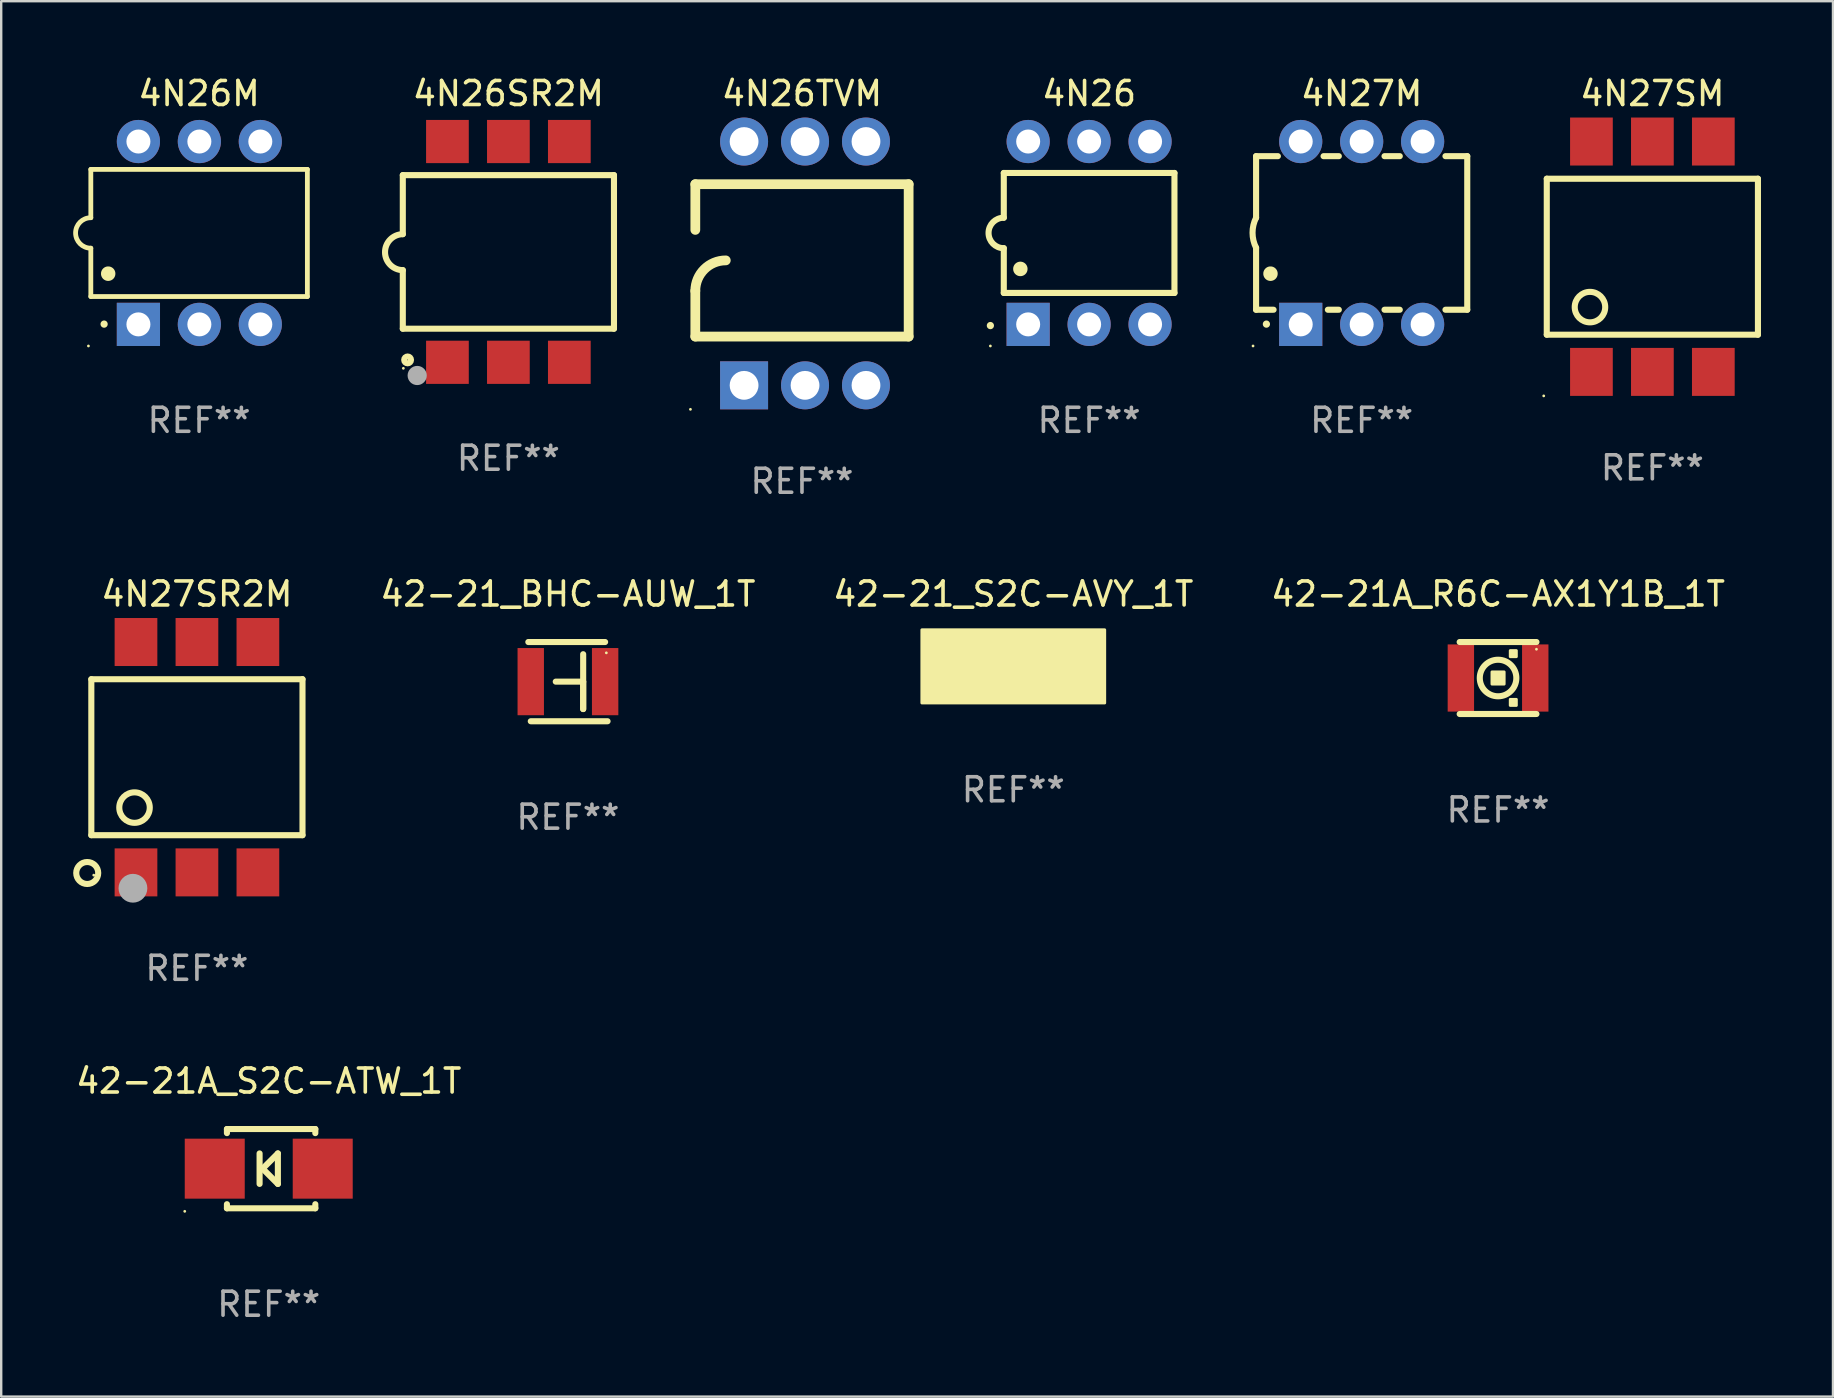
<source format=kicad_pcb>
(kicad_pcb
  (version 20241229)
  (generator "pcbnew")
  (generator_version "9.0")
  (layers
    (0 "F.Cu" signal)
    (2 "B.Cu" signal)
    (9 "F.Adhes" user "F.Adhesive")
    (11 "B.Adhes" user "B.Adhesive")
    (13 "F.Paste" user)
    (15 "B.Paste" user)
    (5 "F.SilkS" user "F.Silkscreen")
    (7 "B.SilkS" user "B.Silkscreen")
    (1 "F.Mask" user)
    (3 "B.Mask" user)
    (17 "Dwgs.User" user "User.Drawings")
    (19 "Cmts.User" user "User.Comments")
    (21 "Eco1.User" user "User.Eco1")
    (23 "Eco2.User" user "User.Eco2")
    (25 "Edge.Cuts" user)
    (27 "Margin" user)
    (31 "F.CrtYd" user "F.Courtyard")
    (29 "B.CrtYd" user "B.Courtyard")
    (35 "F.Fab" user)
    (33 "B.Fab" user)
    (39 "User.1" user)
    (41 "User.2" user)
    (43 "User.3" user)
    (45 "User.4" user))
  (footprint "4N27M"
    (layer "F.Cu")
    (at 53.695 6.658)
    (property "Reference" "4N27M" (at 0 -5.81 0) (layer "F.SilkS") (effects (font (size 1 1) (thickness 0.15))))
    (attr through_hole)
    (fp_line (start -4.4 -3.2) (end -4.4 -0.635) (stroke (width 0.254) (type solid)) (layer "F.SilkS"))
    (fp_line (start -4.4 -3.2) (end -3.492 -3.2) (stroke (width 0.254) (type solid)) (layer "F.SilkS"))
    (fp_line (start -4.4 3.2) (end -4.4 0.619) (stroke (width 0.254) (type solid)) (layer "F.SilkS"))
    (fp_line (start -3.671 3.2) (end -4.4 3.2) (stroke (width 0.254) (type solid)) (layer "F.SilkS"))
    (fp_line (start -1.588 -3.2) (end -0.952 -3.2) (stroke (width 0.254) (type solid)) (layer "F.SilkS"))
    (fp_line (start -0.952 3.2) (end -1.409 3.2) (stroke (width 0.254) (type solid)) (layer "F.SilkS"))
    (fp_line (start 0.952 -3.2) (end 1.588 -3.2) (stroke (width 0.254) (type solid)) (layer "F.SilkS"))
    (fp_line (start 1.588 3.2) (end 0.952 3.2) (stroke (width 0.254) (type solid)) (layer "F.SilkS"))
    (fp_line (start 3.492 -3.2) (end 4.4 -3.2) (stroke (width 0.254) (type solid)) (layer "F.SilkS"))
    (fp_line (start 4.4 -3.2) (end 4.4 3.2) (stroke (width 0.254) (type solid)) (layer "F.SilkS"))
    (fp_line (start 4.4 3.2) (end 3.492 3.2) (stroke (width 0.254) (type solid)) (layer "F.SilkS"))
    (fp_arc (start -4.399288 0.619762) (mid -4.547636 -0.007536) (end -4.4 -0.635001) (stroke (width 0.254001) (type solid)) (layer "F.SilkS"))
    (fp_arc (start -3.970028 3.799848) (mid -3.970033 3.798578) (end -3.970028 3.797308) (stroke (width 0.3) (type solid)) (layer "F.SilkS"))
    (fp_arc (start -3.799848 1.699263) (mid -3.799859 1.696723) (end -3.799848 1.694183) (stroke (width 0.6) (type solid)) (layer "F.SilkS"))
    (fp_circle (center -4.527 4.71) (end -4.497 4.71) (stroke (width 0.06) (type solid)) (fill no) (layer "F.SilkS"))
    (fp_text user "REF**" (at 0 7.81 0) (layer "F.Fab") (effects (font (size 1 1) (thickness 0.15))))
    (pad "1" thru_hole rect (at -2.54 3.81 180) (size 1.8 1.8) (drill 1) (layers "*.Cu" "*.Mask"))
    (pad "2" thru_hole circle (at 0 3.81) (size 1.8 1.8) (drill 1) (layers "*.Cu" "*.Mask"))
    (pad "3" thru_hole circle (at 2.54 3.81) (size 1.8 1.8) (drill 1) (layers "*.Cu" "*.Mask"))
    (pad "4" thru_hole circle (at 2.54 -3.81) (size 1.8 1.8) (drill 1) (layers "*.Cu" "*.Mask"))
    (pad "5" thru_hole circle (at 0 -3.81) (size 1.8 1.8) (drill 1) (layers "*.Cu" "*.Mask"))
    (pad "6" thru_hole circle (at -2.54 -3.81) (size 1.8 1.8) (drill 1) (layers "*.Cu" "*.Mask")))
  (footprint "42-21A_S2C-ATW_1T"
    (layer "F.Cu")
    (at 8.149 45.652)
    (property "Reference" "42-21A_S2C-ATW_1T" (at 0 -3.651 0) (layer "F.SilkS") (effects (font (size 1 1) (thickness 0.15))))
    (attr through_hole)
    (fp_line (start -1.742 -1.651) (end -1.742 -1.481) (stroke (width 0.254) (type solid)) (layer "F.SilkS"))
    (fp_line (start -1.742 1.481) (end -1.742 1.651) (stroke (width 0.254) (type solid)) (layer "F.SilkS"))
    (fp_line (start -0.381 0.635) (end -0.381 -0.635) (stroke (width 0.254) (type solid)) (layer "F.SilkS"))
    (fp_line (start -0.254 0) (end 0.381 -0.635) (stroke (width 0.254) (type solid)) (layer "F.SilkS"))
    (fp_line (start 0.381 -0.635) (end 0.381 0.635) (stroke (width 0.254) (type solid)) (layer "F.SilkS"))
    (fp_line (start 0.381 0.635) (end -0.254 0) (stroke (width 0.254) (type solid)) (layer "F.SilkS"))
    (fp_line (start 1.941 -1.651) (end -1.742 -1.651) (stroke (width 0.254) (type solid)) (layer "F.SilkS"))
    (fp_line (start 1.941 -1.481) (end 1.941 -1.651) (stroke (width 0.254) (type solid)) (layer "F.SilkS"))
    (fp_line (start 1.941 1.651) (end -1.742 1.651) (stroke (width 0.254) (type solid)) (layer "F.SilkS"))
    (fp_line (start 1.941 1.651) (end 1.941 1.481) (stroke (width 0.254) (type solid)) (layer "F.SilkS"))
    (fp_circle (center -3.5 1.778) (end -3.47 1.778) (stroke (width 0.06) (type solid)) (fill no) (layer "F.SilkS"))
    (fp_text user "REF**" (at 0 5.651 0) (layer "F.Fab") (effects (font (size 1 1) (thickness 0.15))))
    (pad "1" smd rect (at -2.25 0 180) (size 2.5 2.5) (layers "F.Cu" "F.Mask" "F.Paste"))
    (pad "2" smd rect (at 2.25 0 180) (size 2.5 2.5) (layers "F.Cu" "F.Mask" "F.Paste")))
  (footprint "4N26"
    (layer "F.Cu")
    (at 42.337 6.658)
    (property "Reference" "4N26" (at 0 -5.81 0) (layer "F.SilkS") (effects (font (size 1 1) (thickness 0.15))))
    (attr through_hole)
    (fp_line (start -3.556 -2.5) (end 3.556 -2.5) (stroke (width 0.254) (type solid)) (layer "F.SilkS"))
    (fp_line (start -3.556 -0.635) (end -3.556 -2.5) (stroke (width 0.254) (type solid)) (layer "F.SilkS"))
    (fp_line (start -3.556 0.635) (end -3.556 2.5) (stroke (width 0.254) (type solid)) (layer "F.SilkS"))
    (fp_line (start -3.556 2.5) (end 3.556 2.5) (stroke (width 0.254) (type solid)) (layer "F.SilkS"))
    (fp_line (start 3.556 -2.5) (end 3.556 2.5) (stroke (width 0.254) (type solid)) (layer "F.SilkS"))
    (fp_arc (start -4.114808 3.860808) (mid -4.114813 3.859538) (end -4.114808 3.858268) (stroke (width 0.3) (type solid)) (layer "F.SilkS"))
    (fp_arc (start -3.556007 0.635001) (mid -4.191008 0) (end -3.556007 -0.635001) (stroke (width 0.254001) (type solid)) (layer "F.SilkS"))
    (fp_arc (start -2.865405 1.501143) (mid -2.865416 1.498603) (end -2.865405 1.496063) (stroke (width 0.6) (type solid)) (layer "F.SilkS"))
    (fp_circle (center -4.115 4.71) (end -4.085 4.71) (stroke (width 0.06) (type solid)) (fill no) (layer "F.SilkS"))
    (fp_text user "REF**" (at 0 7.81 0) (layer "F.Fab") (effects (font (size 1 1) (thickness 0.15))))
    (pad "1" thru_hole rect (at -2.54 3.81 90) (size 1.8 1.8) (drill 1) (layers "*.Cu" "*.Mask"))
    (pad "2" thru_hole circle (at 0 3.81) (size 1.8 1.8) (drill 1) (layers "*.Cu" "*.Mask"))
    (pad "3" thru_hole circle (at 2.54 3.81) (size 1.8 1.8) (drill 1) (layers "*.Cu" "*.Mask"))
    (pad "4" thru_hole circle (at 2.54 -3.81) (size 1.8 1.8) (drill 1) (layers "*.Cu" "*.Mask"))
    (pad "5" thru_hole circle (at 0 -3.81) (size 1.8 1.8) (drill 1) (layers "*.Cu" "*.Mask"))
    (pad "6" thru_hole circle (at -2.54 -3.81) (size 1.8 1.8) (drill 1) (layers "*.Cu" "*.Mask")))
  (footprint "4N27SR2M"
    (layer "F.Cu")
    (at 5.156 28.505)
    (property "Reference" "4N27SR2M" (at 0 -6.8 0) (layer "F.SilkS") (effects (font (size 1 1) (thickness 0.15))))
    (attr through_hole)
    (fp_line (start -4.4 -3.25) (end -4.4 3.25) (stroke (width 0.254) (type solid)) (layer "F.SilkS"))
    (fp_line (start -4.4 -3.25) (end 4.4 -3.25) (stroke (width 0.254) (type solid)) (layer "F.SilkS"))
    (fp_line (start 4.4 3.25) (end -4.4 3.25) (stroke (width 0.254) (type solid)) (layer "F.SilkS"))
    (fp_line (start 4.4 3.25) (end 4.4 -3.25) (stroke (width 0.254) (type solid)) (layer "F.SilkS"))
    (fp_circle (center -4.571 4.826) (end -4.113 4.826) (stroke (width 0.254) (type solid)) (fill no) (layer "F.SilkS"))
    (fp_circle (center -4.299 4.915) (end -4.269 4.915) (stroke (width 0.06) (type solid)) (fill no) (layer "F.SilkS"))
    (fp_circle (center -2.6 2.1) (end -1.965 2.1) (stroke (width 0.254) (type solid)) (fill no) (layer "F.SilkS"))
    (fp_circle (center -2.666 5.461) (end -2.366 5.461) (stroke (width 0.6) (type solid)) (fill no) (layer "F.Fab"))
    (fp_text user "REF**" (at 0 8.8 0) (layer "F.Fab") (effects (font (size 1 1) (thickness 0.15))))
    (pad "1" smd rect (at -2.539 4.8) (size 1.78 2) (layers "F.Cu" "F.Mask" "F.Paste"))
    (pad "2" smd rect (at 0.001 4.8) (size 1.78 2) (layers "F.Cu" "F.Mask" "F.Paste"))
    (pad "3" smd rect (at 2.541 4.8) (size 1.78 2) (layers "F.Cu" "F.Mask" "F.Paste"))
    (pad "4" smd rect (at 2.541 -4.8) (size 1.78 2) (layers "F.Cu" "F.Mask" "F.Paste"))
    (pad "5" smd rect (at 0.001 -4.8) (size 1.78 2) (layers "F.Cu" "F.Mask" "F.Paste"))
    (pad "6" smd rect (at -2.539 -4.8) (size 1.78 2) (layers "F.Cu" "F.Mask" "F.Paste")))
  (footprint "4N26M"
    (layer "F.Cu")
    (at 5.247 6.658)
    (property "Reference" "4N26M" (at 0 -5.81 0) (layer "F.SilkS") (effects (font (size 1 1) (thickness 0.15))))
    (attr through_hole)
    (fp_line (start -4.512 -2.649) (end 4.512 -2.649) (stroke (width 0.2) (type solid)) (layer "F.SilkS"))
    (fp_line (start -4.512 -0.635) (end -4.512 -2.649) (stroke (width 0.2) (type solid)) (layer "F.SilkS"))
    (fp_line (start -4.512 2.649) (end -4.512 0.635) (stroke (width 0.2) (type solid)) (layer "F.SilkS"))
    (fp_line (start 4.512 -2.649) (end 4.512 2.649) (stroke (width 0.2) (type solid)) (layer "F.SilkS"))
    (fp_line (start 4.512 2.649) (end -4.512 2.649) (stroke (width 0.2) (type solid)) (layer "F.SilkS"))
    (fp_arc (start -4.512319 0.635001) (mid -5.14732 0) (end -4.512319 -0.635001) (stroke (width 0.2) (type solid)) (layer "F.SilkS"))
    (fp_arc (start -3.958598 3.799848) (mid -3.958603 3.798578) (end -3.958598 3.797308) (stroke (width 0.3) (type solid)) (layer "F.SilkS"))
    (fp_arc (start -3.788418 1.699263) (mid -3.788429 1.696723) (end -3.788418 1.694183) (stroke (width 0.6) (type solid)) (layer "F.SilkS"))
    (fp_circle (center -4.612 4.71) (end -4.582 4.71) (stroke (width 0.06) (type solid)) (fill no) (layer "F.SilkS"))
    (fp_text user "REF**" (at 0 7.81 0) (layer "F.Fab") (effects (font (size 1 1) (thickness 0.15))))
    (pad "1" thru_hole rect (at -2.529 3.81 90) (size 1.8 1.8) (drill 1) (layers "*.Cu" "*.Mask"))
    (pad "2" thru_hole circle (at 0.011 3.81) (size 1.8 1.8) (drill 1) (layers "*.Cu" "*.Mask"))
    (pad "3" thru_hole circle (at 2.551 3.81) (size 1.8 1.8) (drill 1) (layers "*.Cu" "*.Mask"))
    (pad "4" thru_hole circle (at 2.551 -3.81) (size 1.8 1.8) (drill 1) (layers "*.Cu" "*.Mask"))
    (pad "5" thru_hole circle (at 0.011 -3.81) (size 1.8 1.8) (drill 1) (layers "*.Cu" "*.Mask"))
    (pad "6" thru_hole circle (at -2.529 -3.81) (size 1.8 1.8) (drill 1) (layers "*.Cu" "*.Mask")))
  (footprint "4N26TVM"
    (layer "F.Cu")
    (at 30.371 7.928)
    (property "Reference" "4N26TVM" (at 0 -7.08 0) (layer "F.SilkS") (effects (font (size 1 1) (thickness 0.15))))
    (attr through_hole)
    (fp_line (start -4.445 -3.302) (end 4.445 -3.302) (stroke (width 0.406) (type solid)) (layer "F.SilkS"))
    (fp_line (start -4.445 -1.397) (end -4.445 -3.302) (stroke (width 0.406) (type solid)) (layer "F.SilkS"))
    (fp_line (start -4.445 3.048) (end -4.445 1.143) (stroke (width 0.406) (type solid)) (layer "F.SilkS"))
    (fp_line (start -4.445 3.048) (end 4.445 3.048) (stroke (width 0.406) (type solid)) (layer "F.SilkS"))
    (fp_line (start 4.445 -3.302) (end 4.445 3.048) (stroke (width 0.406) (type solid)) (layer "F.SilkS"))
    (fp_arc (start -4.444983 1.143002) (mid -4.073008 0.244974) (end -3.17498 -0.127) (stroke (width 0.4064) (type solid)) (layer "F.SilkS"))
    (fp_circle (center -4.648 6.08) (end -4.618 6.08) (stroke (width 0.06) (type solid)) (fill no) (layer "F.SilkS"))
    (fp_text user "REF**" (at 0 9.08 0) (layer "F.Fab") (effects (font (size 1 1) (thickness 0.15))))
    (pad "1" thru_hole rect (at -2.413 5.08 90) (size 2 2) (drill 1.2) (layers "*.Cu" "*.Mask"))
    (pad "2" thru_hole circle (at 0.127 5.08) (size 2 2) (drill 1.2) (layers "*.Cu" "*.Mask"))
    (pad "3" thru_hole circle (at 2.667 5.08) (size 2 2) (drill 1.2) (layers "*.Cu" "*.Mask"))
    (pad "4" thru_hole circle (at 2.667 -5.08) (size 2 2) (drill 1.2) (layers "*.Cu" "*.Mask"))
    (pad "5" thru_hole circle (at 0.127 -5.08) (size 2 2) (drill 1.2) (layers "*.Cu" "*.Mask"))
    (pad "6" thru_hole circle (at -2.413 -5.08) (size 2 2) (drill 1.2) (layers "*.Cu" "*.Mask")))
  (footprint "42-21A_R6C-AX1Y1B_1T"
    (layer "F.Cu")
    (at 59.379 25.205)
    (property "Reference" "42-21A_R6C-AX1Y1B_1T" (at 0 -3.5 0) (layer "F.SilkS") (effects (font (size 1 1) (thickness 0.15))))
    (attr through_hole)
    (fp_line (start 1.6 -1.5) (end -1.6 -1.5) (stroke (width 0.254) (type solid)) (layer "F.SilkS"))
    (fp_line (start 1.6 1.5) (end -1.6 1.5) (stroke (width 0.254) (type solid)) (layer "F.SilkS"))
    (fp_circle (center 0.000051 0) (end 0.762 0) (stroke (width 0.254) (type solid)) (fill no) (layer "F.SilkS"))
    (fp_circle (center 1.6 -1.2) (end 1.63 -1.2) (stroke (width 0.06) (type solid)) (fill no) (layer "F.SilkS"))
    (fp_poly (pts (xy -0.254 -0.254) (xy 0.254 -0.254) (xy 0.254 0.254) (xy -0.254 0.254)) (stroke (width 0.12) (type solid)) (fill yes) (layer "F.SilkS"))
    (fp_poly (pts (xy 0.508 -1.143) (xy 0.762 -1.143) (xy 0.762 -0.889) (xy 0.508 -0.889)) (stroke (width 0.12) (type solid)) (fill yes) (layer "F.SilkS"))
    (fp_poly (pts (xy 0.508 0.889) (xy 0.762 0.889) (xy 0.762 1.143) (xy 0.508 1.143)) (stroke (width 0.12) (type solid)) (fill yes) (layer "F.SilkS"))
    (fp_text user "REF**" (at 0 5.5 0) (layer "F.Fab") (effects (font (size 1 1) (thickness 0.15))))
    (pad "1" smd rect (at 1.55 0 90) (size 2.8 1.1) (layers "F.Cu" "F.Mask" "F.Paste"))
    (pad "2" smd rect (at -1.55 0 90) (size 2.8 1.1) (layers "F.Cu" "F.Mask" "F.Paste")))
  (footprint "42-21_BHC-AUW_1T"
    (layer "F.Cu")
    (at 20.618 25.356)
    (property "Reference" "42-21_BHC-AUW_1T" (at 0 -3.651 0) (layer "F.SilkS") (effects (font (size 1 1) (thickness 0.15))))
    (attr through_hole)
    (fp_line (start -1.651 -1.651) (end 1.549 -1.651) (stroke (width 0.254) (type solid)) (layer "F.SilkS"))
    (fp_line (start 0.635 -1.143) (end 0.635 1.143) (stroke (width 0.254) (type solid)) (layer "F.SilkS"))
    (fp_line (start 0.635 0) (end -0.508 0) (stroke (width 0.254) (type solid)) (layer "F.SilkS"))
    (fp_line (start 0.635 1.143) (end 0.635 0) (stroke (width 0.254) (type solid)) (layer "F.SilkS"))
    (fp_line (start 1.651 1.651) (end -1.549 1.651) (stroke (width 0.254) (type solid)) (layer "F.SilkS"))
    (fp_circle (center 1.6 -1.2) (end 1.63 -1.2) (stroke (width 0.06) (type solid)) (fill no) (layer "F.SilkS"))
    (fp_text user "REF**" (at 0 5.651 0) (layer "F.Fab") (effects (font (size 1 1) (thickness 0.15))))
    (pad "1" smd rect (at 1.55 0 270) (size 2.8 1.1) (layers "F.Cu" "F.Mask" "F.Paste"))
    (pad "2" smd rect (at -1.55 0 270) (size 2.8 1.1) (layers "F.Cu" "F.Mask" "F.Paste")))
  (footprint "4N27SM"
    (layer "F.Cu")
    (at 65.809 7.648)
    (property "Reference" "4N27SM" (at 0 -6.8 0) (layer "F.SilkS") (effects (font (size 1 1) (thickness 0.15))))
    (attr through_hole)
    (fp_line (start -4.4 -3.25) (end -4.4 3.25) (stroke (width 0.254) (type solid)) (layer "F.SilkS"))
    (fp_line (start -4.4 -3.25) (end 4.4 -3.25) (stroke (width 0.254) (type solid)) (layer "F.SilkS"))
    (fp_line (start 4.4 3.25) (end -4.4 3.25) (stroke (width 0.254) (type solid)) (layer "F.SilkS"))
    (fp_line (start 4.4 3.25) (end 4.4 -3.25) (stroke (width 0.254) (type solid)) (layer "F.SilkS"))
    (fp_circle (center -4.527 5.8) (end -4.497 5.8) (stroke (width 0.06) (type solid)) (fill no) (layer "F.SilkS"))
    (fp_circle (center -2.6 2.1) (end -1.965 2.1) (stroke (width 0.254) (type solid)) (fill no) (layer "F.SilkS"))
    (fp_text user "REF**" (at 0 8.8 0) (layer "F.Fab") (effects (font (size 1 1) (thickness 0.15))))
    (pad "1" smd rect (at -2.539 4.8) (size 1.78 2) (layers "F.Cu" "F.Mask" "F.Paste"))
    (pad "2" smd rect (at 0.001 4.8) (size 1.78 2) (layers "F.Cu" "F.Mask" "F.Paste"))
    (pad "3" smd rect (at 2.541 4.8) (size 1.78 2) (layers "F.Cu" "F.Mask" "F.Paste"))
    (pad "4" smd rect (at 2.541 -4.8) (size 1.78 2) (layers "F.Cu" "F.Mask" "F.Paste"))
    (pad "5" smd rect (at 0.001 -4.8) (size 1.78 2) (layers "F.Cu" "F.Mask" "F.Paste"))
    (pad "6" smd rect (at -2.539 -4.8) (size 1.78 2) (layers "F.Cu" "F.Mask" "F.Paste")))
  (footprint "4N26SR2M"
    (layer "F.Cu")
    (at 18.136 7.448)
    (property "Reference" "4N26SR2M" (at 0 -6.6 0) (layer "F.SilkS") (effects (font (size 1 1) (thickness 0.15))))
    (attr through_hole)
    (fp_line (start -4.4 -3.2) (end 4.4 -3.2) (stroke (width 0.254) (type solid)) (layer "F.SilkS"))
    (fp_line (start -4.4 -0.74) (end -4.4 -3.2) (stroke (width 0.254) (type solid)) (layer "F.SilkS"))
    (fp_line (start -4.4 3.2) (end -4.4 0.76) (stroke (width 0.254) (type solid)) (layer "F.SilkS"))
    (fp_line (start 4.4 -3.2) (end 4.4 3.2) (stroke (width 0.254) (type solid)) (layer "F.SilkS"))
    (fp_line (start 4.4 3.2) (end -4.4 3.2) (stroke (width 0.254) (type solid)) (layer "F.SilkS"))
    (fp_arc (start -4.4 0.76002) (mid -5.148869 0.010084) (end -4.399289 -0.73914) (stroke (width 0.254001) (type solid)) (layer "F.SilkS"))
    (fp_circle (center -4.377 4.85) (end -4.347 4.85) (stroke (width 0.06) (type solid)) (fill no) (layer "F.SilkS"))
    (fp_circle (center -4.2 4.5) (end -4.058 4.5) (stroke (width 0.254) (type solid)) (fill no) (layer "F.SilkS"))
    (fp_circle (center -3.8 5.15) (end -3.6 5.15) (stroke (width 0.4) (type solid)) (fill no) (layer "F.Fab"))
    (fp_text user "REF**" (at 0 8.6 0) (layer "F.Fab") (effects (font (size 1 1) (thickness 0.15))))
    (pad "1" smd rect (at -2.54 4.6) (size 1.78 1.8) (layers "F.Cu" "F.Mask" "F.Paste"))
    (pad "2" smd rect (at 0 4.6) (size 1.78 1.8) (layers "F.Cu" "F.Mask" "F.Paste"))
    (pad "3" smd rect (at 2.54 4.6) (size 1.78 1.8) (layers "F.Cu" "F.Mask" "F.Paste"))
    (pad "4" smd rect (at 2.54 -4.6) (size 1.78 1.8) (layers "F.Cu" "F.Mask" "F.Paste"))
    (pad "5" smd rect (at 0 -4.6) (size 1.78 1.8) (layers "F.Cu" "F.Mask" "F.Paste"))
    (pad "6" smd rect (at -2.54 -4.6) (size 1.78 1.8) (layers "F.Cu" "F.Mask" "F.Paste")))
  (footprint "42-21_S2C-AVY_1T"
    (layer "F.Cu")
    (at 39.177 24.784)
    (property "Reference" "42-21_S2C-AVY_1T" (at 0 -3.08 0) (layer "F.SilkS") (effects (font (size 1 1) (thickness 0.15))))
    (attr through_hole)
    (fp_line (start 0.635 -1.08) (end 0.635 1.08) (stroke (width 0.254) (type solid)) (layer "F.SilkS"))
    (fp_line (start 0.635 -0.064) (end -0.508 -0.064) (stroke (width 0.254) (type solid)) (layer "F.SilkS"))
    (fp_line (start 0.635 1.08) (end 0.635 -0.064) (stroke (width 0.254) (type solid)) (layer "F.SilkS"))
    (fp_circle (center 1.6 -1.264) (end 1.63 -1.264) (stroke (width 0.06) (type solid)) (fill no) (layer "F.SilkS"))
    (fp_poly (pts (xy -3.81 -1.588) (xy 3.81 -1.588) (xy 3.81 1.461) (xy -3.81 1.461)) (stroke (width 0.12) (type solid)) (fill yes) (layer "F.SilkS"))
    (fp_text user "REF**" (at 0 5.08 0) (layer "F.Fab") (effects (font (size 1 1) (thickness 0.15))))
    (pad "1" smd rect (at 2.25 -0.064 270) (size 2.5 2.5) (layers "F.Cu" "F.Mask" "F.Paste"))
    (pad "2" smd rect (at -2.25 -0.064 270) (size 2.5 2.5) (layers "F.Cu" "F.Mask" "F.Paste")))
  (gr_rect
    (start -3 -3)
    (end 73.336 55.152)
    (stroke (width 0.1) (type default))
    (fill no)
    (layer "Edge.Cuts")))
</source>
